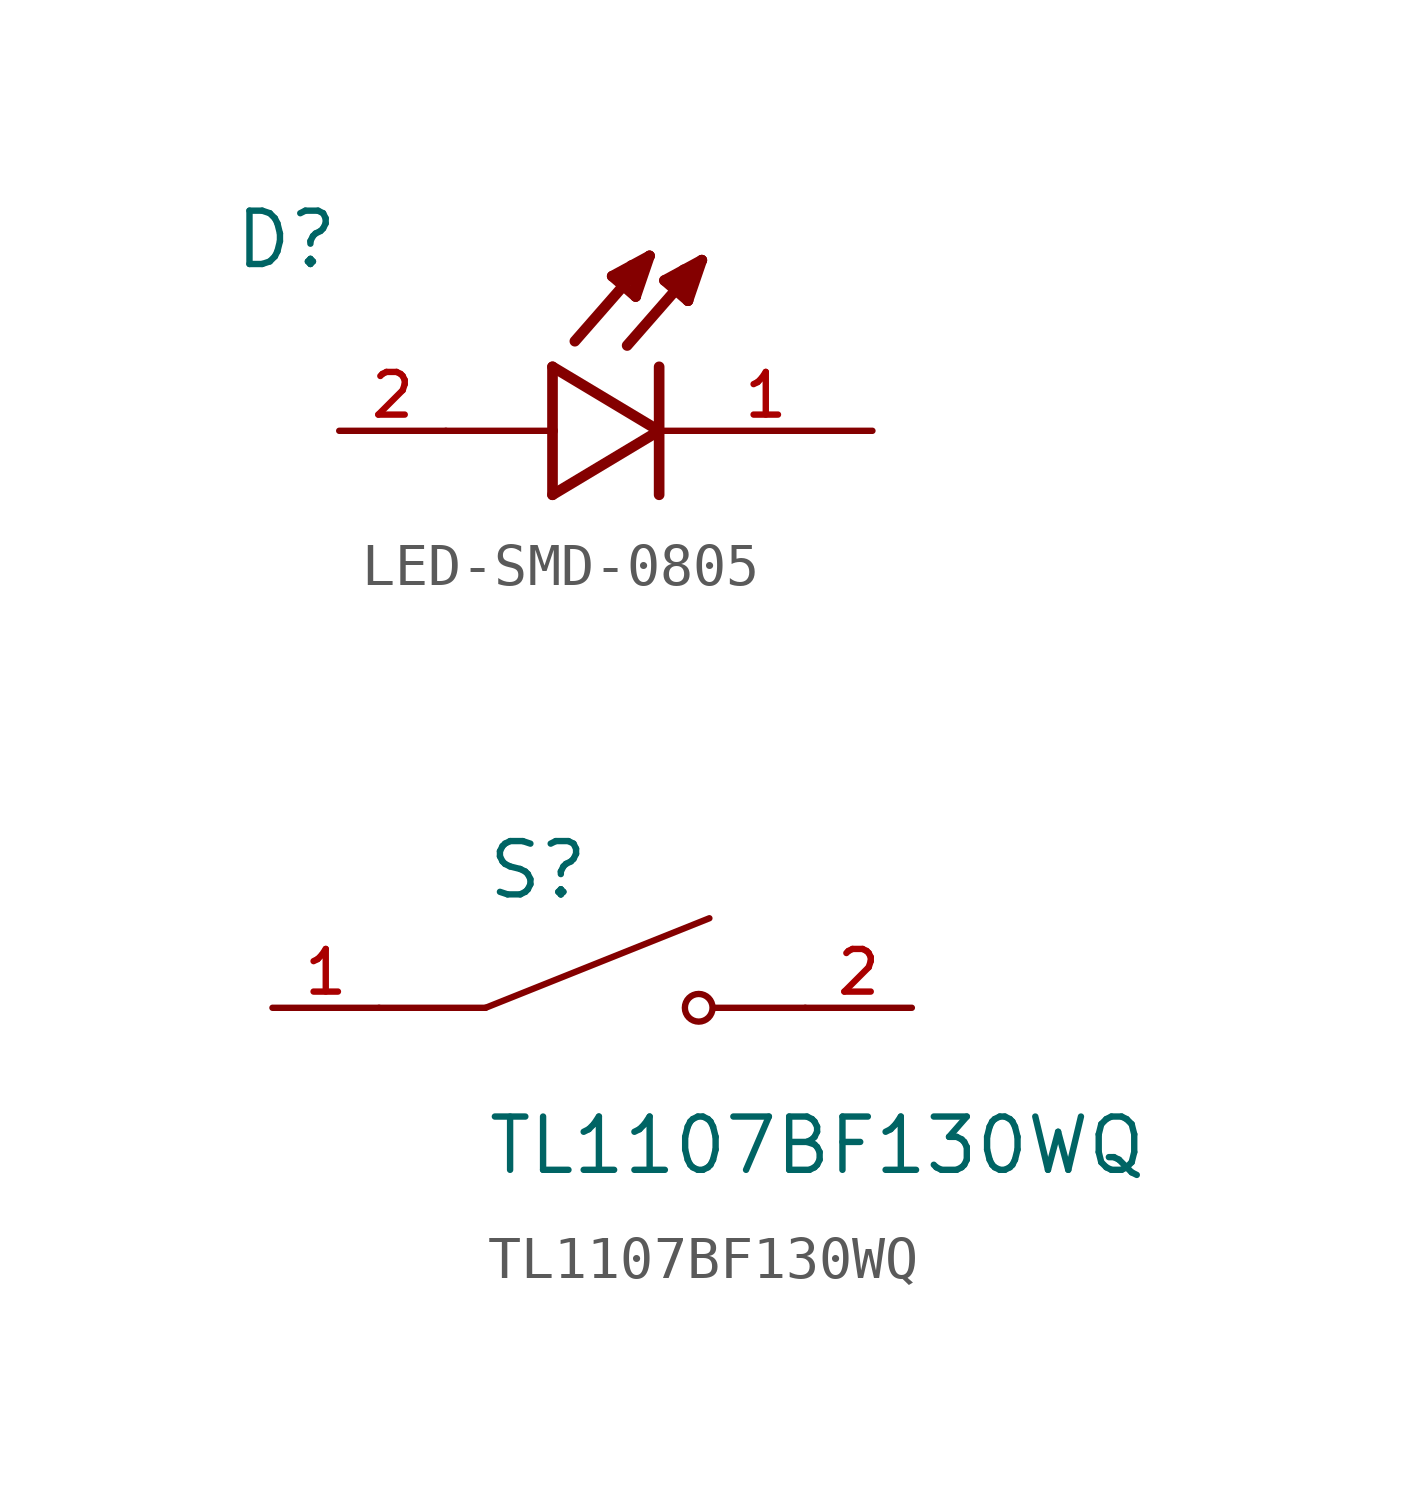
<source format=kicad_sym>
(kicad_symbol_lib
  (version 20220914)
  (generator kicad_symbol_editor)
  (symbol "LED-SMD-0805"
    (pin_names
      (offset 1.016))
    (property "Reference" "D"
      (at -10.16 3.81 0)
      (effects (font (size 1.27 1.27)) (justify left bottom)))
    (symbol "LED-SMD-0805_0_0"
      (polyline (pts (xy -2.54 -1.524) (xy 0 0)) (stroke (width 0.254) (type default)) (fill (type none)))
      (polyline (pts (xy -2.54 0) (xy -5.08 0)) (stroke (width 0.152) (type default)) (fill (type none)))
      (polyline (pts (xy -2.54 0) (xy -2.54 -1.524)) (stroke (width 0.254) (type default)) (fill (type none)))
      (polyline (pts (xy -2.54 1.524) (xy -2.54 0)) (stroke (width 0.254) (type default)) (fill (type none)))
      (polyline (pts (xy -1.118 3.683) (xy -0.229 4.166)) (stroke (width 0.254) (type default)) (fill (type none)))
      (polyline (pts (xy -0.94 3.607) (xy -0.711 3.759)) (stroke (width 0.254) (type default)) (fill (type none)))
      (polyline (pts (xy -0.559 3.2) (xy -1.118 3.683)) (stroke (width 0.254) (type default)) (fill (type none)))
      (polyline (pts (xy -0.559 3.2) (xy -0.533 3.937)) (stroke (width 0.254) (type default)) (fill (type none)))
      (polyline (pts (xy -0.533 3.937) (xy -0.66 3.937)) (stroke (width 0.254) (type default)) (fill (type none)))
      (polyline (pts (xy -0.229 4.166) (xy -2.007 2.134)) (stroke (width 0.254) (type default)) (fill (type none)))
      (polyline (pts (xy -0.229 4.166) (xy -0.559 3.2)) (stroke (width 0.254) (type default)) (fill (type none)))
      (polyline (pts (xy 0 0) (xy -2.54 1.524)) (stroke (width 0.254) (type default)) (fill (type none)))
      (polyline (pts (xy 0 1.524) (xy 0 -1.524)) (stroke (width 0.254) (type default)) (fill (type none)))
      (polyline (pts (xy 0.127 3.581) (xy 1.016 4.064)) (stroke (width 0.254) (type default)) (fill (type none)))
      (polyline (pts (xy 0.305 3.505) (xy 0.533 3.658)) (stroke (width 0.254) (type default)) (fill (type none)))
      (polyline (pts (xy 0.686 3.099) (xy 0.127 3.581)) (stroke (width 0.254) (type default)) (fill (type none)))
      (polyline (pts (xy 0.686 3.099) (xy 0.711 3.835)) (stroke (width 0.254) (type default)) (fill (type none)))
      (polyline (pts (xy 0.711 3.835) (xy 0.584 3.835)) (stroke (width 0.254) (type default)) (fill (type none)))
      (polyline (pts (xy 1.016 4.064) (xy -0.762 2.032)) (stroke (width 0.254) (type default)) (fill (type none)))
      (polyline (pts (xy 1.016 4.064) (xy 0.686 3.099)) (stroke (width 0.254) (type default)) (fill (type none)))
      (pin passive line (at 5.08 0 180) (length 5.08) (name "~" (effects (font (size 1.016 1.016)))) (number "1" (effects (font (size 1.016 1.016)))))
      (pin passive line (at -7.62 0 0) (length 2.54) (name "~" (effects (font (size 1.016 1.016)))) (number "2" (effects (font (size 1.016 1.016)))))))
  (symbol "TL1107BF130WQ"
    (pin_names
      (offset 1.016))
    (property "Reference" "S"
      (at -2.54 2.54 0)
      (effects (font (size 1.27 1.27)) (justify left bottom)))
    (property "Value" "TL1107BF130WQ"
      (at -2.54 -2.54 0)
      (effects (font (size 1.27 1.27)) (justify left top)))
    (symbol "TL1107BF130WQ_0_0"
      (polyline (pts (xy -2.54 0) (xy -5.08 0)) (stroke (width 0.152) (type default)) (fill (type none)))
      (polyline (pts (xy -2.54 0) (xy 2.794 2.134)) (stroke (width 0.152) (type default)) (fill (type none)))
      (polyline (pts (xy 5.08 0) (xy 2.921 0)) (stroke (width 0.152) (type default)) (fill (type none)))
      (circle (center 2.54 0) (radius 0.33) (stroke (width 0.152) (type default)) (fill (type none)))
      (pin passive line (at -7.62 0 0) (length 2.54) (name "~" (effects (font (size 1.016 1.016)))) (number "1" (effects (font (size 1.016 1.016)))))
      (pin passive line (at 7.62 0 180) (length 2.54) (name "~" (effects (font (size 1.016 1.016)))) (number "2" (effects (font (size 1.016 1.016))))))))
</source>
